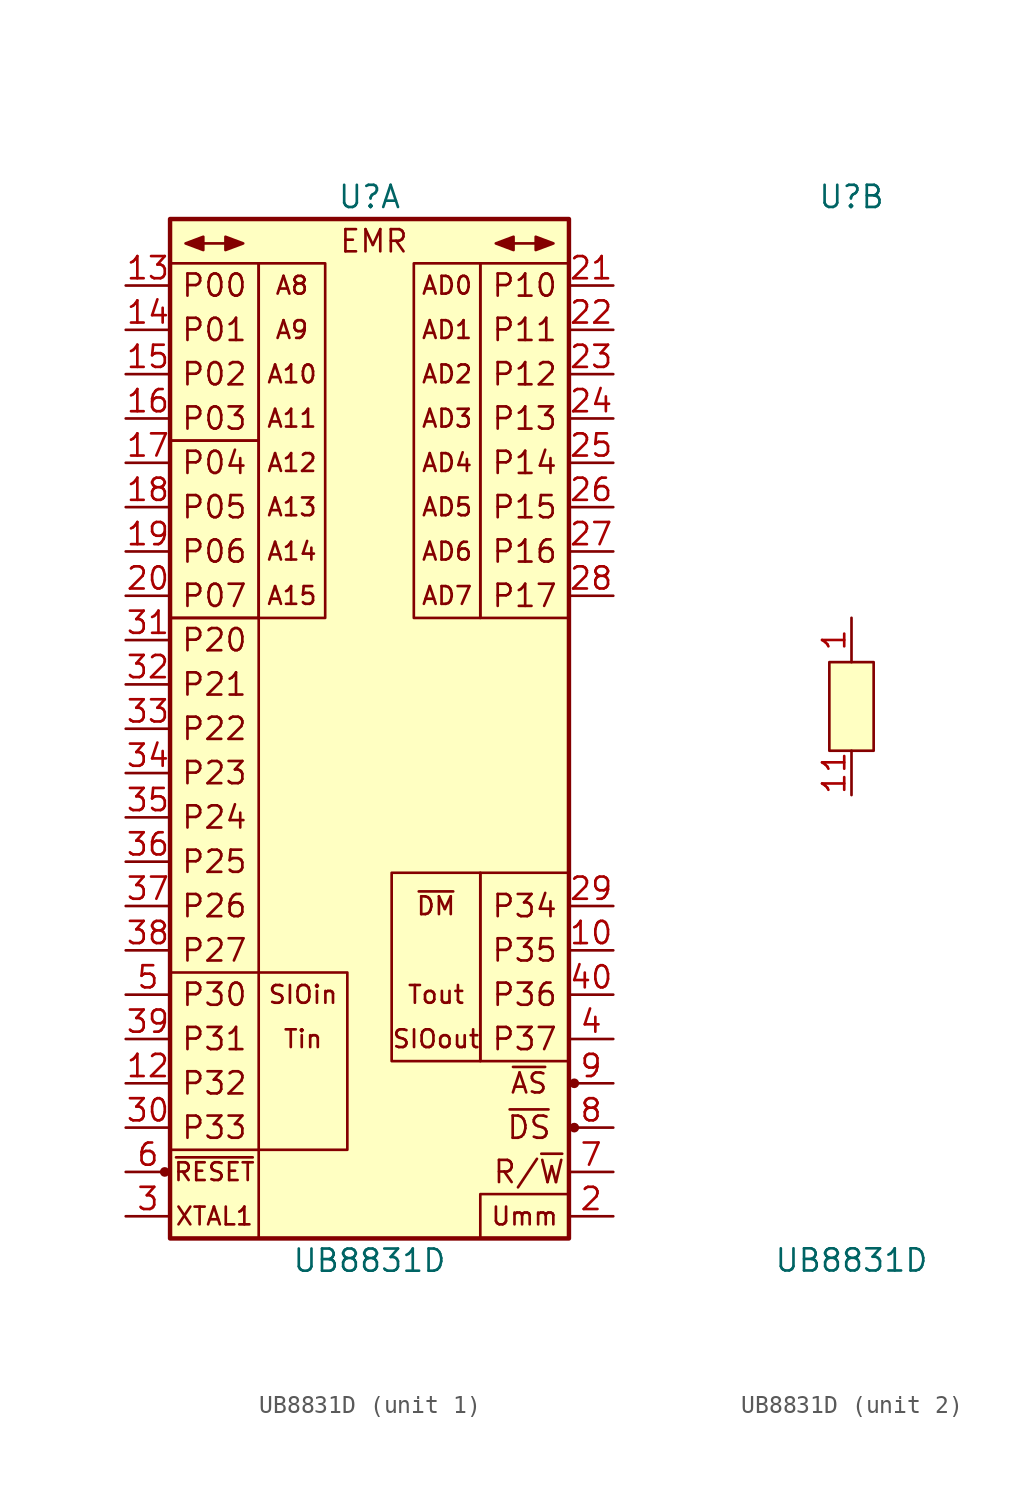
<source format=kicad_sym>
(kicad_symbol_lib
  (version 20211014)
  (generator kicad_symbol_editor)
  (symbol "UB8831D"
    (pin_names
      (offset 1.016) hide)
    (property "Reference" "U"
      (at 0 29.21 0)
      (effects (font (size 1.27 1.27))))
    (property "Value" "UB8831D"
      (at 0 -31.75 0)
      (effects (font (size 1.27 1.27))))
    (property "ki_locked" ""
      (at 0 0 0)
      (effects (font (size 1.27 1.27))))
    (symbol "UB8831D_1_1"
      (circle (center -11.735 -26.67) (radius 0.203) (stroke (width 0) (type default) (color 0 0 0 0)) (fill (type outline)))
      (rectangle (start -11.43 -25.4) (end -6.35 -30.48) (stroke (width 0) (type default) (color 0 0 0 0)) (fill (type none)))
      (rectangle (start -11.43 5.08) (end -6.35 -15.24) (stroke (width 0) (type default) (color 0 0 0 0)) (fill (type none)))
      (rectangle (start -11.43 15.24) (end -6.35 5.08) (stroke (width 0) (type default) (color 0 0 0 0)) (fill (type none)))
      (rectangle (start -11.43 25.4) (end -6.35 15.24) (stroke (width 0) (type default) (color 0 0 0 0)) (fill (type none)))
      (rectangle (start -11.43 27.94) (end 11.43 -30.48) (stroke (width 0.254) (type default) (color 0 0 0 0)) (fill (type background)))
      (rectangle (start -6.35 25.4) (end -2.54 5.08) (stroke (width 0) (type default) (color 0 0 0 0)) (fill (type none)))
      (rectangle (start -1.27 -15.24) (end -6.35 -25.4) (stroke (width 0) (type default) (color 0 0 0 0)) (fill (type none)))
      (polyline (pts (xy -9.525 26.543) (xy -8.255 26.543)) (stroke (width 0) (type default) (color 0 0 0 0)) (fill (type none)))
      (polyline (pts (xy 8.255 26.543) (xy 9.525 26.543)) (stroke (width 0) (type default) (color 0 0 0 0)) (fill (type none)))
      (polyline (pts (xy -9.525 26.924) (xy -10.541 26.543) (xy -9.525 26.162) (xy -9.525 26.924)) (stroke (width 0) (type default) (color 0 0 0 0)) (fill (type outline)))
      (polyline (pts (xy -8.255 26.924) (xy -7.239 26.543) (xy -8.255 26.162) (xy -8.255 26.924)) (stroke (width 0) (type default) (color 0 0 0 0)) (fill (type outline)))
      (polyline (pts (xy 8.255 26.924) (xy 7.239 26.543) (xy 8.255 26.162) (xy 8.255 26.924)) (stroke (width 0) (type default) (color 0 0 0 0)) (fill (type outline)))
      (polyline (pts (xy 9.525 26.924) (xy 10.541 26.543) (xy 9.525 26.162) (xy 9.525 26.924)) (stroke (width 0) (type default) (color 0 0 0 0)) (fill (type outline)))
      (rectangle (start 2.54 25.4) (end 6.35 5.08) (stroke (width 0) (type default) (color 0 0 0 0)) (fill (type none)))
      (rectangle (start 6.35 -27.94) (end 11.43 -30.48) (stroke (width 0) (type default) (color 0 0 0 0)) (fill (type none)))
      (rectangle (start 6.35 -20.32) (end 11.43 -9.525) (stroke (width 0) (type default) (color 0 0 0 0)) (fill (type none)))
      (rectangle (start 6.35 -9.525) (end 1.27 -20.32) (stroke (width 0) (type default) (color 0 0 0 0)) (fill (type none)))
      (rectangle (start 6.35 25.4) (end 11.43 5.08) (stroke (width 0) (type default) (color 0 0 0 0)) (fill (type none)))
      (circle (center 11.735 -24.13) (radius 0.203) (stroke (width 0) (type default) (color 0 0 0 0)) (fill (type outline)))
      (circle (center 11.735 -21.59) (radius 0.203) (stroke (width 0) (type default) (color 0 0 0 0)) (fill (type outline)))
      (text "A10" (at -4.445 19.05 0) (effects (font (size 1.016 1.016))))
      (text "A11" (at -4.445 16.51 0) (effects (font (size 1.016 1.016))))
      (text "A12" (at -4.445 13.97 0) (effects (font (size 1.016 1.016))))
      (text "A13" (at -4.445 11.43 0) (effects (font (size 1.016 1.016))))
      (text "A14" (at -4.445 8.89 0) (effects (font (size 1.016 1.016))))
      (text "A15" (at -4.445 6.35 0) (effects (font (size 1.016 1.016))))
      (text "A8" (at -4.445 24.13 0) (effects (font (size 1.016 1.016))))
      (text "A9" (at -4.445 21.59 0) (effects (font (size 1.016 1.016))))
      (text "AD0" (at 4.445 24.13 0) (effects (font (size 1.016 1.016))))
      (text "AD1" (at 4.445 21.59 0) (effects (font (size 1.016 1.016))))
      (text "AD2" (at 4.445 19.05 0) (effects (font (size 1.016 1.016))))
      (text "AD3" (at 4.445 16.51 0) (effects (font (size 1.016 1.016))))
      (text "AD4" (at 4.445 13.97 0) (effects (font (size 1.016 1.016))))
      (text "AD5" (at 4.445 11.43 0) (effects (font (size 1.016 1.016))))
      (text "AD6" (at 4.445 8.89 0) (effects (font (size 1.016 1.016))))
      (text "AD7" (at 4.445 6.35 0) (effects (font (size 1.016 1.016))))
      (text "EMR" (at 0.254 26.67 0) (effects (font (size 1.27 1.27))))
      (text "P00" (at -8.89 24.13 0) (effects (font (size 1.27 1.27))))
      (text "P01" (at -8.89 21.59 0) (effects (font (size 1.27 1.27))))
      (text "P02" (at -8.89 19.05 0) (effects (font (size 1.27 1.27))))
      (text "P03" (at -8.89 16.51 0) (effects (font (size 1.27 1.27))))
      (text "P04" (at -8.89 13.97 0) (effects (font (size 1.27 1.27))))
      (text "P05" (at -8.89 11.43 0) (effects (font (size 1.27 1.27))))
      (text "P06" (at -8.89 8.89 0) (effects (font (size 1.27 1.27))))
      (text "P07" (at -8.89 6.35 0) (effects (font (size 1.27 1.27))))
      (text "P10" (at 8.89 24.13 0) (effects (font (size 1.27 1.27))))
      (text "P11" (at 8.89 21.59 0) (effects (font (size 1.27 1.27))))
      (text "P12" (at 8.89 19.05 0) (effects (font (size 1.27 1.27))))
      (text "P13" (at 8.89 16.51 0) (effects (font (size 1.27 1.27))))
      (text "P14" (at 8.89 13.97 0) (effects (font (size 1.27 1.27))))
      (text "P15" (at 8.89 11.43 0) (effects (font (size 1.27 1.27))))
      (text "P16" (at 8.89 8.89 0) (effects (font (size 1.27 1.27))))
      (text "P17" (at 8.89 6.35 0) (effects (font (size 1.27 1.27))))
      (text "P20" (at -8.89 3.81 0) (effects (font (size 1.27 1.27))))
      (text "P21" (at -8.89 1.27 0) (effects (font (size 1.27 1.27))))
      (text "P22" (at -8.89 -1.27 0) (effects (font (size 1.27 1.27))))
      (text "P23" (at -8.89 -3.81 0) (effects (font (size 1.27 1.27))))
      (text "P24" (at -8.89 -6.35 0) (effects (font (size 1.27 1.27))))
      (text "P25" (at -8.89 -8.89 0) (effects (font (size 1.27 1.27))))
      (text "P26" (at -8.89 -11.43 0) (effects (font (size 1.27 1.27))))
      (text "P27" (at -8.89 -13.97 0) (effects (font (size 1.27 1.27))))
      (text "P30" (at -8.89 -16.51 0) (effects (font (size 1.27 1.27))))
      (text "P31" (at -8.89 -19.05 0) (effects (font (size 1.27 1.27))))
      (text "P32" (at -8.89 -21.59 0) (effects (font (size 1.27 1.27))))
      (text "P33" (at -8.89 -24.13 0) (effects (font (size 1.27 1.27))))
      (text "P34" (at 8.89 -11.43 0) (effects (font (size 1.27 1.27))))
      (text "P35" (at 8.89 -13.97 0) (effects (font (size 1.27 1.27))))
      (text "P36" (at 8.89 -16.51 0) (effects (font (size 1.27 1.27))))
      (text "P37" (at 8.89 -19.05 0) (effects (font (size 1.27 1.27))))
      (text "R/~{W}" (at 9.144 -26.67 0) (effects (font (size 1.27 1.27))))
      (text "SIOin" (at -3.81 -16.51 0) (effects (font (size 1.016 1.016))))
      (text "SIOout" (at 3.81 -19.05 0) (effects (font (size 1.016 1.016))))
      (text "Tin" (at -3.81 -19.05 0) (effects (font (size 1.016 1.016))))
      (text "Tout" (at 3.81 -16.51 0) (effects (font (size 1.016 1.016))))
      (text "Umm" (at 8.89 -29.21 0) (effects (font (size 1.016 1.016))))
      (text "XTAL1" (at -8.89 -29.21 0) (effects (font (size 1.016 1.016))))
      (text "~{AS}" (at 9.144 -21.59 0) (effects (font (size 1.143 1.143))))
      (text "~{DM}" (at 3.81 -11.43 0) (effects (font (size 1.016 1.016))))
      (text "~{DS}" (at 9.144 -24.13 0) (effects (font (size 1.27 1.27))))
      (text "~{RESET}" (at -8.89 -26.67 0) (effects (font (size 1.016 1.016))))
      (pin output line (at 13.97 -13.97 180) (length 2.54) (name "P35" (effects (font (size 1.27 1.27)))) (number "10" (effects (font (size 1.27 1.27)))))
      (pin input line (at -13.97 -21.59 0) (length 2.54) (name "P32" (effects (font (size 1.27 1.27)))) (number "12" (effects (font (size 1.27 1.27)))))
      (pin bidirectional line (at -13.97 24.13 0) (length 2.54) (name "P00" (effects (font (size 1.27 1.27)))) (number "13" (effects (font (size 1.27 1.27)))))
      (pin bidirectional line (at -13.97 21.59 0) (length 2.54) (name "P01" (effects (font (size 1.27 1.27)))) (number "14" (effects (font (size 1.27 1.27)))))
      (pin bidirectional line (at -13.97 19.05 0) (length 2.54) (name "P02" (effects (font (size 1.27 1.27)))) (number "15" (effects (font (size 1.27 1.27)))))
      (pin bidirectional line (at -13.97 16.51 0) (length 2.54) (name "P03" (effects (font (size 1.27 1.27)))) (number "16" (effects (font (size 1.27 1.27)))))
      (pin bidirectional line (at -13.97 13.97 0) (length 2.54) (name "P04" (effects (font (size 1.27 1.27)))) (number "17" (effects (font (size 1.27 1.27)))))
      (pin bidirectional line (at -13.97 11.43 0) (length 2.54) (name "P05" (effects (font (size 1.27 1.27)))) (number "18" (effects (font (size 1.27 1.27)))))
      (pin bidirectional line (at -13.97 8.89 0) (length 2.54) (name "P06" (effects (font (size 1.27 1.27)))) (number "19" (effects (font (size 1.27 1.27)))))
      (pin power_in line (at 13.97 -29.21 180) (length 2.54) (name "Umm" (effects (font (size 1.27 1.27)))) (number "2" (effects (font (size 1.27 1.27)))))
      (pin bidirectional line (at -13.97 6.35 0) (length 2.54) (name "P07" (effects (font (size 1.27 1.27)))) (number "20" (effects (font (size 1.27 1.27)))))
      (pin bidirectional line (at 13.97 24.13 180) (length 2.54) (name "P10" (effects (font (size 1.27 1.27)))) (number "21" (effects (font (size 1.27 1.27)))))
      (pin bidirectional line (at 13.97 21.59 180) (length 2.54) (name "P11" (effects (font (size 1.27 1.27)))) (number "22" (effects (font (size 1.27 1.27)))))
      (pin bidirectional line (at 13.97 19.05 180) (length 2.54) (name "P12" (effects (font (size 1.27 1.27)))) (number "23" (effects (font (size 1.27 1.27)))))
      (pin bidirectional line (at 13.97 16.51 180) (length 2.54) (name "P13" (effects (font (size 1.27 1.27)))) (number "24" (effects (font (size 1.27 1.27)))))
      (pin bidirectional line (at 13.97 13.97 180) (length 2.54) (name "P14" (effects (font (size 1.27 1.27)))) (number "25" (effects (font (size 1.27 1.27)))))
      (pin bidirectional line (at 13.97 11.43 180) (length 2.54) (name "P15" (effects (font (size 1.27 1.27)))) (number "26" (effects (font (size 1.27 1.27)))))
      (pin bidirectional line (at 13.97 8.89 180) (length 2.54) (name "P16" (effects (font (size 1.27 1.27)))) (number "27" (effects (font (size 1.27 1.27)))))
      (pin bidirectional line (at 13.97 6.35 180) (length 2.54) (name "P17" (effects (font (size 1.27 1.27)))) (number "28" (effects (font (size 1.27 1.27)))))
      (pin output line (at 13.97 -11.43 180) (length 2.54) (name "P34" (effects (font (size 1.27 1.27)))) (number "29" (effects (font (size 1.27 1.27)))))
      (pin input line (at -13.97 -29.21 0) (length 2.54) (name "XTAL1" (effects (font (size 1.27 1.27)))) (number "3" (effects (font (size 1.27 1.27)))))
      (pin input line (at -13.97 -24.13 0) (length 2.54) (name "P33" (effects (font (size 1.27 1.27)))) (number "30" (effects (font (size 1.27 1.27)))))
      (pin bidirectional line (at -13.97 3.81 0) (length 2.54) (name "P20" (effects (font (size 1.27 1.27)))) (number "31" (effects (font (size 1.27 1.27)))))
      (pin bidirectional line (at -13.97 1.27 0) (length 2.54) (name "P21" (effects (font (size 1.27 1.27)))) (number "32" (effects (font (size 1.27 1.27)))))
      (pin bidirectional line (at -13.97 -1.27 0) (length 2.54) (name "P22" (effects (font (size 1.27 1.27)))) (number "33" (effects (font (size 1.27 1.27)))))
      (pin bidirectional line (at -13.97 -3.81 0) (length 2.54) (name "P23" (effects (font (size 1.27 1.27)))) (number "34" (effects (font (size 1.27 1.27)))))
      (pin bidirectional line (at -13.97 -6.35 0) (length 2.54) (name "P24" (effects (font (size 1.27 1.27)))) (number "35" (effects (font (size 1.27 1.27)))))
      (pin bidirectional line (at -13.97 -8.89 0) (length 2.54) (name "P25" (effects (font (size 1.27 1.27)))) (number "36" (effects (font (size 1.27 1.27)))))
      (pin bidirectional line (at -13.97 -11.43 0) (length 2.54) (name "P26" (effects (font (size 1.27 1.27)))) (number "37" (effects (font (size 1.27 1.27)))))
      (pin bidirectional line (at -13.97 -13.97 0) (length 2.54) (name "P27" (effects (font (size 1.27 1.27)))) (number "38" (effects (font (size 1.27 1.27)))))
      (pin input line (at -13.97 -19.05 0) (length 2.54) (name "P31" (effects (font (size 1.27 1.27)))) (number "39" (effects (font (size 1.27 1.27)))))
      (pin output line (at 13.97 -19.05 180) (length 2.54) (name "P37" (effects (font (size 1.27 1.27)))) (number "4" (effects (font (size 1.27 1.27)))))
      (pin output line (at 13.97 -16.51 180) (length 2.54) (name "P36" (effects (font (size 1.27 1.27)))) (number "40" (effects (font (size 1.27 1.27)))))
      (pin input line (at -13.97 -16.51 0) (length 2.54) (name "P30" (effects (font (size 1.27 1.27)))) (number "5" (effects (font (size 1.27 1.27)))))
      (pin input line (at -13.97 -26.67 0) (length 2.54) (name "~{RESET}" (effects (font (size 1.27 1.27)))) (number "6" (effects (font (size 1.27 1.27)))))
      (pin tri_state line (at 13.97 -26.67 180) (length 2.54) (name "R/~{W}" (effects (font (size 1.27 1.27)))) (number "7" (effects (font (size 1.27 1.27)))))
      (pin tri_state line (at 13.97 -24.13 180) (length 2.54) (name "~{DS}" (effects (font (size 1.27 1.27)))) (number "8" (effects (font (size 1.27 1.27)))))
      (pin tri_state line (at 13.97 -21.59 180) (length 2.54) (name "~{AS}" (effects (font (size 1.27 1.27)))) (number "9" (effects (font (size 1.27 1.27))))))
    (symbol "UB8831D_2_1"
      (rectangle (start -1.27 2.54) (end 1.27 -2.54) (stroke (width 0) (type default) (color 0 0 0 0)) (fill (type background)))
      (pin power_in line (at 0 5.08 270) (length 2.54) (name "Vcc" (effects (font (size 1.27 1.27)))) (number "1" (effects (font (size 1.27 1.27)))))
      (pin power_in line (at 0 -5.08 90) (length 2.54) (name "GND" (effects (font (size 1.27 1.27)))) (number "11" (effects (font (size 1.27 1.27))))))))
</source>
